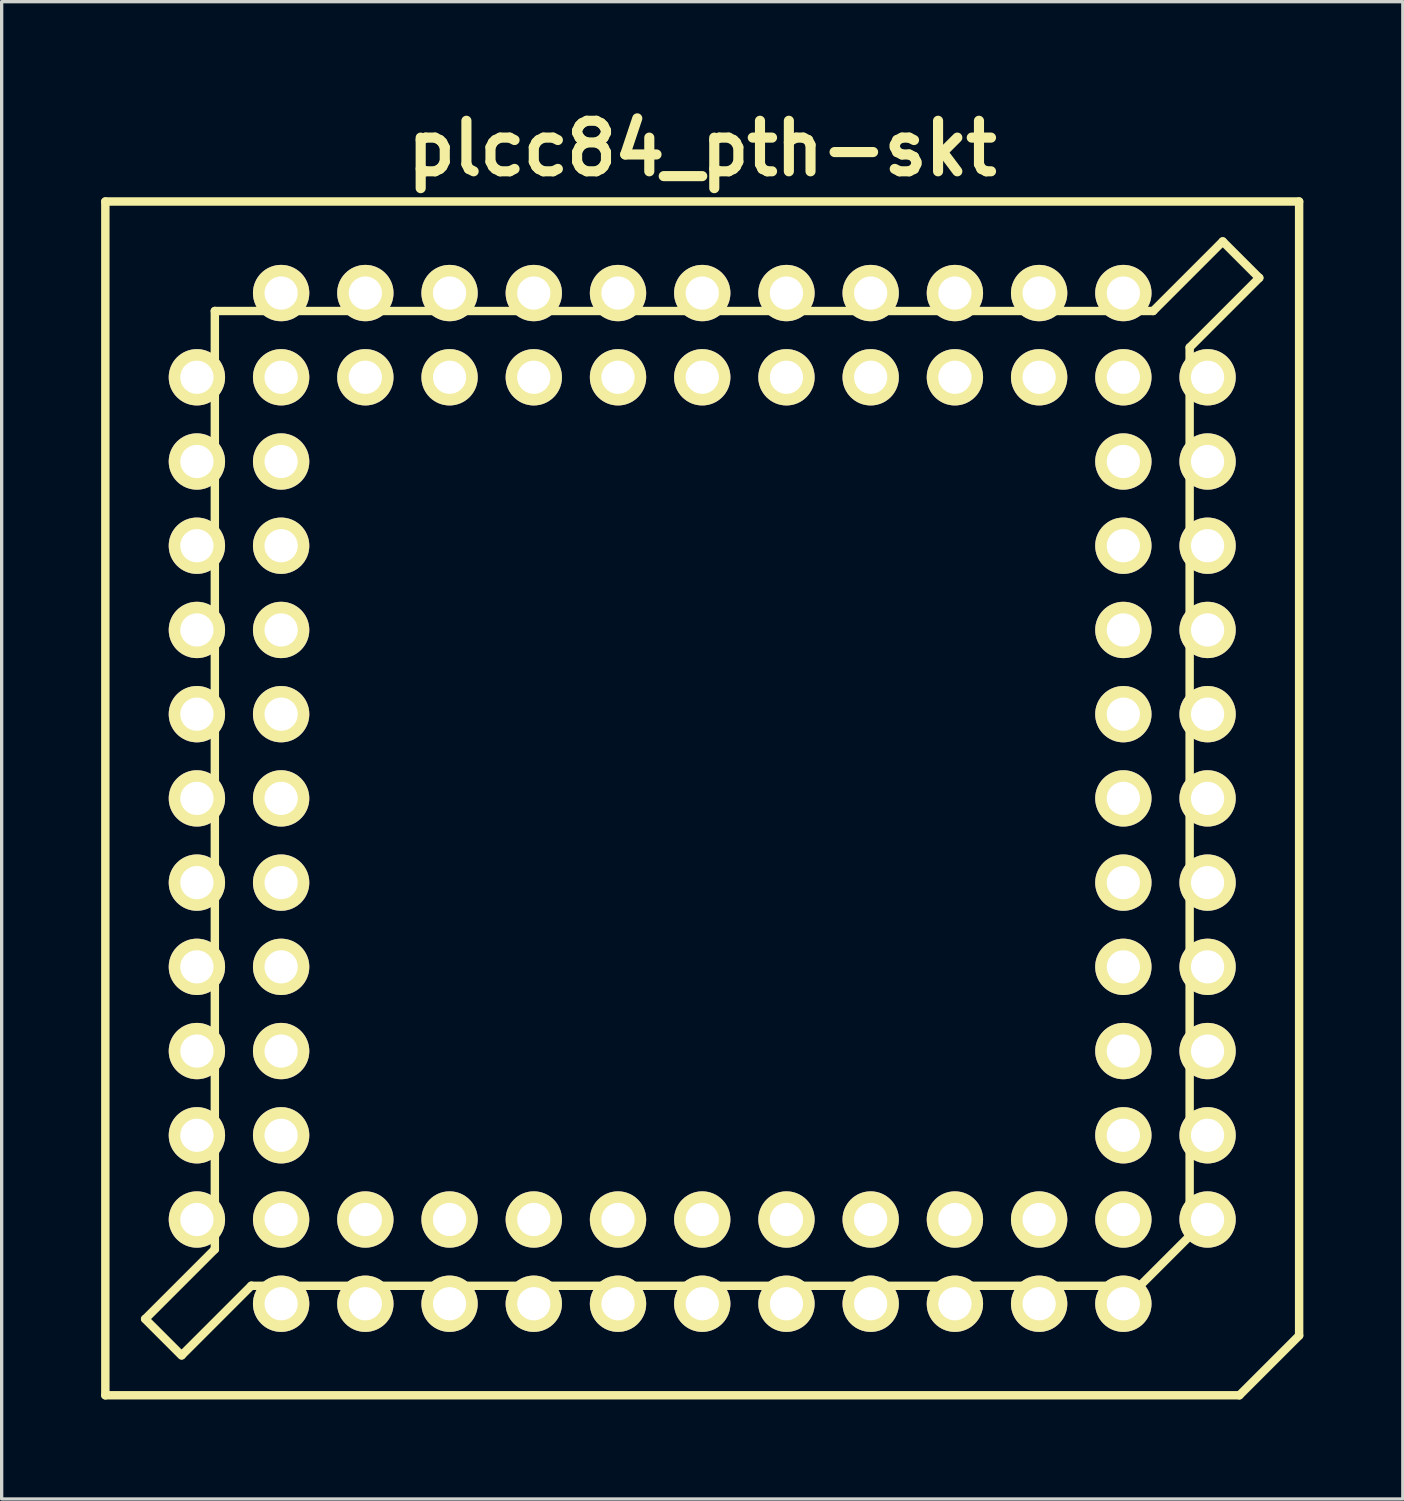
<source format=kicad_pcb>
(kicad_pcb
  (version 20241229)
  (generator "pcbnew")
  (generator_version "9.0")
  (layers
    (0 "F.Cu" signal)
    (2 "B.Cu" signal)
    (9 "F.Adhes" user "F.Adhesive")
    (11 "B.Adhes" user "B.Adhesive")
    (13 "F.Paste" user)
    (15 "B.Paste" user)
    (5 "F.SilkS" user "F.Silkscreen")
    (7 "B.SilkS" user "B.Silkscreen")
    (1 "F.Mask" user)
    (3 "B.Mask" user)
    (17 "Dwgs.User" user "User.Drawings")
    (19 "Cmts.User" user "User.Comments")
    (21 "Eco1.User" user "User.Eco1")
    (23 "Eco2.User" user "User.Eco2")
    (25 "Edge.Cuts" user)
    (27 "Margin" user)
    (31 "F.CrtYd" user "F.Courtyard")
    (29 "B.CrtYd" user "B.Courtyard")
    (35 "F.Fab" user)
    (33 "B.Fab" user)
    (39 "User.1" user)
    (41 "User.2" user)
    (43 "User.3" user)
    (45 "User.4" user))
  (footprint "plcc84_pth-skt"
    (layer "F.Cu")
    (at 18.128 21.028)
    (property "Reference" "plcc84_pth-skt" (at 0 -19.601 0) (layer "F.SilkS") (effects (font (size 1.524 1.524) (thickness 0.305))))
    (attr through_hole)
    (fp_line (start -18.001 -18.001) (end -18.001 18.001) (stroke (width 0.254) (type solid)) (layer "F.SilkS"))
    (fp_line (start -18.001 18.001) (end 16.2 18.001) (stroke (width 0.254) (type solid)) (layer "F.SilkS"))
    (fp_line (start -16.802 15.7) (end -15.702 16.8) (stroke (width 0.254) (type solid)) (layer "F.SilkS"))
    (fp_line (start -15.695 16.792) (end -13.597 14.694) (stroke (width 0.254) (type solid)) (layer "F.SilkS"))
    (fp_line (start -14.699 -14.699) (end 13.599 -14.699) (stroke (width 0.254) (type solid)) (layer "F.SilkS"))
    (fp_line (start -14.699 13.599) (end -16.797 15.697) (stroke (width 0.254) (type solid)) (layer "F.SilkS"))
    (fp_line (start -14.699 13.599) (end -14.699 -14.699) (stroke (width 0.254) (type solid)) (layer "F.SilkS"))
    (fp_line (start 13.2 14.699) (end -13.599 14.699) (stroke (width 0.254) (type solid)) (layer "F.SilkS"))
    (fp_line (start 13.599 -14.699) (end 15.697 -16.797) (stroke (width 0.254) (type solid)) (layer "F.SilkS"))
    (fp_line (start 14.699 -13.599) (end 14.699 13.2) (stroke (width 0.254) (type solid)) (layer "F.SilkS"))
    (fp_line (start 14.699 13.2) (end 13.2 14.699) (stroke (width 0.254) (type solid)) (layer "F.SilkS"))
    (fp_line (start 15.697 -16.797) (end 16.797 -15.697) (stroke (width 0.254) (type solid)) (layer "F.SilkS"))
    (fp_line (start 16.2 18.001) (end 18.001 16.2) (stroke (width 0.254) (type solid)) (layer "F.SilkS"))
    (fp_line (start 16.8 -15.7) (end 14.702 -13.602) (stroke (width 0.254) (type solid)) (layer "F.SilkS"))
    (fp_line (start 18.001 -18.001) (end -18.001 -18.001) (stroke (width 0.254) (type solid)) (layer "F.SilkS"))
    (fp_line (start 18.001 16.2) (end 18.001 -18.001) (stroke (width 0.254) (type solid)) (layer "F.SilkS"))
    (pad "1" thru_hole circle (at 0 15.24) (size 1.699 1.699) (drill 1.001) (layers "*.Cu" "*.Mask" "F.SilkS"))
    (pad "2" thru_hole circle (at 0 12.7) (size 1.699 1.699) (drill 1.001) (layers "*.Cu" "*.Mask" "F.SilkS"))
    (pad "3" thru_hole circle (at 2.54 15.24) (size 1.699 1.699) (drill 1.001) (layers "*.Cu" "*.Mask" "F.SilkS"))
    (pad "4" thru_hole circle (at 2.54 12.7) (size 1.699 1.699) (drill 1.001) (layers "*.Cu" "*.Mask" "F.SilkS"))
    (pad "5" thru_hole circle (at 5.08 15.24) (size 1.699 1.699) (drill 1.001) (layers "*.Cu" "*.Mask" "F.SilkS"))
    (pad "6" thru_hole circle (at 5.08 12.7) (size 1.699 1.699) (drill 1.001) (layers "*.Cu" "*.Mask" "F.SilkS"))
    (pad "7" thru_hole circle (at 7.62 15.24) (size 1.699 1.699) (drill 1.001) (layers "*.Cu" "*.Mask" "F.SilkS"))
    (pad "8" thru_hole circle (at 7.62 12.7) (size 1.699 1.699) (drill 1.001) (layers "*.Cu" "*.Mask" "F.SilkS"))
    (pad "9" thru_hole circle (at 10.16 15.24) (size 1.699 1.699) (drill 1.001) (layers "*.Cu" "*.Mask" "F.SilkS"))
    (pad "10" thru_hole circle (at 10.16 12.7) (size 1.699 1.699) (drill 1.001) (layers "*.Cu" "*.Mask" "F.SilkS"))
    (pad "11" thru_hole circle (at 12.7 15.24) (size 1.699 1.699) (drill 1.001) (layers "*.Cu" "*.Mask" "F.SilkS"))
    (pad "12" thru_hole circle (at 15.24 12.7) (size 1.699 1.699) (drill 1.001) (layers "*.Cu" "*.Mask" "F.SilkS"))
    (pad "13" thru_hole circle (at 12.7 12.7) (size 1.699 1.699) (drill 1.001) (layers "*.Cu" "*.Mask" "F.SilkS"))
    (pad "14" thru_hole circle (at 15.24 10.16) (size 1.699 1.699) (drill 1.001) (layers "*.Cu" "*.Mask" "F.SilkS"))
    (pad "15" thru_hole circle (at 12.7 10.16) (size 1.699 1.699) (drill 1.001) (layers "*.Cu" "*.Mask" "F.SilkS"))
    (pad "16" thru_hole circle (at 15.24 7.62) (size 1.699 1.699) (drill 1.001) (layers "*.Cu" "*.Mask" "F.SilkS"))
    (pad "17" thru_hole circle (at 12.7 7.62) (size 1.699 1.699) (drill 1.001) (layers "*.Cu" "*.Mask" "F.SilkS"))
    (pad "18" thru_hole circle (at 15.24 5.08) (size 1.699 1.699) (drill 1.001) (layers "*.Cu" "*.Mask" "F.SilkS"))
    (pad "19" thru_hole circle (at 12.7 5.08) (size 1.699 1.699) (drill 1.001) (layers "*.Cu" "*.Mask" "F.SilkS"))
    (pad "20" thru_hole circle (at 15.24 2.54) (size 1.699 1.699) (drill 1.001) (layers "*.Cu" "*.Mask" "F.SilkS"))
    (pad "21" thru_hole circle (at 12.7 2.54) (size 1.699 1.699) (drill 1.001) (layers "*.Cu" "*.Mask" "F.SilkS"))
    (pad "22" thru_hole circle (at 15.24 0) (size 1.699 1.699) (drill 1.001) (layers "*.Cu" "*.Mask" "F.SilkS"))
    (pad "23" thru_hole circle (at 12.7 0) (size 1.699 1.699) (drill 1.001) (layers "*.Cu" "*.Mask" "F.SilkS"))
    (pad "24" thru_hole circle (at 15.24 -2.54) (size 1.699 1.699) (drill 1.001) (layers "*.Cu" "*.Mask" "F.SilkS"))
    (pad "25" thru_hole circle (at 12.7 -2.54) (size 1.699 1.699) (drill 1.001) (layers "*.Cu" "*.Mask" "F.SilkS"))
    (pad "26" thru_hole circle (at 15.24 -5.08) (size 1.699 1.699) (drill 1.001) (layers "*.Cu" "*.Mask" "F.SilkS"))
    (pad "27" thru_hole circle (at 12.7 -5.08) (size 1.699 1.699) (drill 1.001) (layers "*.Cu" "*.Mask" "F.SilkS"))
    (pad "28" thru_hole circle (at 15.24 -7.62) (size 1.699 1.699) (drill 1.001) (layers "*.Cu" "*.Mask" "F.SilkS"))
    (pad "29" thru_hole circle (at 12.7 -7.62) (size 1.699 1.699) (drill 1.001) (layers "*.Cu" "*.Mask" "F.SilkS"))
    (pad "30" thru_hole circle (at 15.24 -10.16) (size 1.699 1.699) (drill 1.001) (layers "*.Cu" "*.Mask" "F.SilkS"))
    (pad "31" thru_hole circle (at 12.7 -10.16) (size 1.699 1.699) (drill 1.001) (layers "*.Cu" "*.Mask" "F.SilkS"))
    (pad "32" thru_hole circle (at 15.24 -12.7) (size 1.699 1.699) (drill 1.001) (layers "*.Cu" "*.Mask" "F.SilkS"))
    (pad "33" thru_hole circle (at 12.7 -15.24) (size 1.699 1.699) (drill 1.001) (layers "*.Cu" "*.Mask" "F.SilkS"))
    (pad "34" thru_hole circle (at 12.7 -12.7) (size 1.699 1.699) (drill 1.001) (layers "*.Cu" "*.Mask" "F.SilkS"))
    (pad "35" thru_hole circle (at 10.16 -15.24) (size 1.699 1.699) (drill 1.001) (layers "*.Cu" "*.Mask" "F.SilkS"))
    (pad "36" thru_hole circle (at 10.16 -12.7) (size 1.699 1.699) (drill 1.001) (layers "*.Cu" "*.Mask" "F.SilkS"))
    (pad "37" thru_hole circle (at 7.62 -15.24) (size 1.699 1.699) (drill 1.001) (layers "*.Cu" "*.Mask" "F.SilkS"))
    (pad "38" thru_hole circle (at 7.62 -12.7) (size 1.699 1.699) (drill 1.001) (layers "*.Cu" "*.Mask" "F.SilkS"))
    (pad "39" thru_hole circle (at 5.08 -15.24) (size 1.699 1.699) (drill 1.001) (layers "*.Cu" "*.Mask" "F.SilkS"))
    (pad "40" thru_hole circle (at 5.08 -12.7) (size 1.699 1.699) (drill 1.001) (layers "*.Cu" "*.Mask" "F.SilkS"))
    (pad "41" thru_hole circle (at 2.54 -15.24) (size 1.699 1.699) (drill 1.001) (layers "*.Cu" "*.Mask" "F.SilkS"))
    (pad "42" thru_hole circle (at 2.54 -12.7) (size 1.699 1.699) (drill 1.001) (layers "*.Cu" "*.Mask" "F.SilkS"))
    (pad "43" thru_hole circle (at 0 -15.24) (size 1.699 1.699) (drill 1.001) (layers "*.Cu" "*.Mask" "F.SilkS"))
    (pad "44" thru_hole circle (at 0 -12.7) (size 1.699 1.699) (drill 1.001) (layers "*.Cu" "*.Mask" "F.SilkS"))
    (pad "45" thru_hole circle (at -2.54 -15.24) (size 1.699 1.699) (drill 1.001) (layers "*.Cu" "*.Mask" "F.SilkS"))
    (pad "46" thru_hole circle (at -2.54 -12.7) (size 1.699 1.699) (drill 1.001) (layers "*.Cu" "*.Mask" "F.SilkS"))
    (pad "47" thru_hole circle (at -5.08 -15.24) (size 1.699 1.699) (drill 1.001) (layers "*.Cu" "*.Mask" "F.SilkS"))
    (pad "48" thru_hole circle (at -5.08 -12.7) (size 1.699 1.699) (drill 1.001) (layers "*.Cu" "*.Mask" "F.SilkS"))
    (pad "49" thru_hole circle (at -7.62 -15.24) (size 1.699 1.699) (drill 1.001) (layers "*.Cu" "*.Mask" "F.SilkS"))
    (pad "50" thru_hole circle (at -7.62 -12.7) (size 1.699 1.699) (drill 1.001) (layers "*.Cu" "*.Mask" "F.SilkS"))
    (pad "51" thru_hole circle (at -10.16 -15.24) (size 1.699 1.699) (drill 1.001) (layers "*.Cu" "*.Mask" "F.SilkS"))
    (pad "52" thru_hole circle (at -10.16 -12.7) (size 1.699 1.699) (drill 1.001) (layers "*.Cu" "*.Mask" "F.SilkS"))
    (pad "53" thru_hole circle (at -12.7 -15.24) (size 1.699 1.699) (drill 1.001) (layers "*.Cu" "*.Mask" "F.SilkS"))
    (pad "54" thru_hole circle (at -15.24 -12.7) (size 1.699 1.699) (drill 1.001) (layers "*.Cu" "*.Mask" "F.SilkS"))
    (pad "55" thru_hole circle (at -12.7 -12.7) (size 1.699 1.699) (drill 1.001) (layers "*.Cu" "*.Mask" "F.SilkS"))
    (pad "56" thru_hole circle (at -15.24 -10.16) (size 1.699 1.699) (drill 1.001) (layers "*.Cu" "*.Mask" "F.SilkS"))
    (pad "57" thru_hole circle (at -12.7 -10.16) (size 1.699 1.699) (drill 1.001) (layers "*.Cu" "*.Mask" "F.SilkS"))
    (pad "58" thru_hole circle (at -15.24 -7.62) (size 1.699 1.699) (drill 1.001) (layers "*.Cu" "*.Mask" "F.SilkS"))
    (pad "59" thru_hole circle (at -12.7 -7.62) (size 1.699 1.699) (drill 1.001) (layers "*.Cu" "*.Mask" "F.SilkS"))
    (pad "60" thru_hole circle (at -15.24 -5.08) (size 1.699 1.699) (drill 1.001) (layers "*.Cu" "*.Mask" "F.SilkS"))
    (pad "61" thru_hole circle (at -12.7 -5.08) (size 1.699 1.699) (drill 1.001) (layers "*.Cu" "*.Mask" "F.SilkS"))
    (pad "62" thru_hole circle (at -15.24 -2.54) (size 1.699 1.699) (drill 1.001) (layers "*.Cu" "*.Mask" "F.SilkS"))
    (pad "63" thru_hole circle (at -12.7 -2.54) (size 1.699 1.699) (drill 1.001) (layers "*.Cu" "*.Mask" "F.SilkS"))
    (pad "64" thru_hole circle (at -15.24 0) (size 1.699 1.699) (drill 1.001) (layers "*.Cu" "*.Mask" "F.SilkS"))
    (pad "65" thru_hole circle (at -12.7 0) (size 1.699 1.699) (drill 1.001) (layers "*.Cu" "*.Mask" "F.SilkS"))
    (pad "66" thru_hole circle (at -15.24 2.54) (size 1.699 1.699) (drill 1.001) (layers "*.Cu" "*.Mask" "F.SilkS"))
    (pad "67" thru_hole circle (at -12.7 2.54) (size 1.699 1.699) (drill 1.001) (layers "*.Cu" "*.Mask" "F.SilkS"))
    (pad "68" thru_hole circle (at -15.24 5.08) (size 1.699 1.699) (drill 1.001) (layers "*.Cu" "*.Mask" "F.SilkS"))
    (pad "69" thru_hole circle (at -12.7 5.08) (size 1.699 1.699) (drill 1.001) (layers "*.Cu" "*.Mask" "F.SilkS"))
    (pad "70" thru_hole circle (at -15.24 7.62) (size 1.699 1.699) (drill 1.001) (layers "*.Cu" "*.Mask" "F.SilkS"))
    (pad "71" thru_hole circle (at -12.7 7.62) (size 1.699 1.699) (drill 1.001) (layers "*.Cu" "*.Mask" "F.SilkS"))
    (pad "72" thru_hole circle (at -15.24 10.16) (size 1.699 1.699) (drill 1.001) (layers "*.Cu" "*.Mask" "F.SilkS"))
    (pad "73" thru_hole circle (at -12.7 10.16) (size 1.699 1.699) (drill 1.001) (layers "*.Cu" "*.Mask" "F.SilkS"))
    (pad "74" thru_hole circle (at -15.24 12.7) (size 1.699 1.699) (drill 1.001) (layers "*.Cu" "*.Mask" "F.SilkS"))
    (pad "75" thru_hole circle (at -12.7 15.24) (size 1.699 1.699) (drill 1.001) (layers "*.Cu" "*.Mask" "F.SilkS"))
    (pad "76" thru_hole circle (at -12.7 12.7) (size 1.699 1.699) (drill 1.001) (layers "*.Cu" "*.Mask" "F.SilkS"))
    (pad "77" thru_hole circle (at -10.16 15.24) (size 1.699 1.699) (drill 1.001) (layers "*.Cu" "*.Mask" "F.SilkS"))
    (pad "78" thru_hole circle (at -10.16 12.7) (size 1.699 1.699) (drill 1.001) (layers "*.Cu" "*.Mask" "F.SilkS"))
    (pad "79" thru_hole circle (at -7.62 15.24) (size 1.699 1.699) (drill 1.001) (layers "*.Cu" "*.Mask" "F.SilkS"))
    (pad "80" thru_hole circle (at -7.62 12.7) (size 1.699 1.699) (drill 1.001) (layers "*.Cu" "*.Mask" "F.SilkS"))
    (pad "81" thru_hole circle (at -5.08 15.24) (size 1.699 1.699) (drill 1.001) (layers "*.Cu" "*.Mask" "F.SilkS"))
    (pad "82" thru_hole circle (at -5.08 12.7) (size 1.699 1.699) (drill 1.001) (layers "*.Cu" "*.Mask" "F.SilkS"))
    (pad "83" thru_hole circle (at -2.54 15.24) (size 1.699 1.699) (drill 1.001) (layers "*.Cu" "*.Mask" "F.SilkS"))
    (pad "84" thru_hole circle (at -2.54 12.7) (size 1.699 1.699) (drill 1.001) (layers "*.Cu" "*.Mask" "F.SilkS")))
  (gr_rect
    (start -3 -3)
    (end 39.256 42.156)
    (stroke (width 0.1) (type default))
    (fill no)
    (layer "Edge.Cuts")))
</source>
